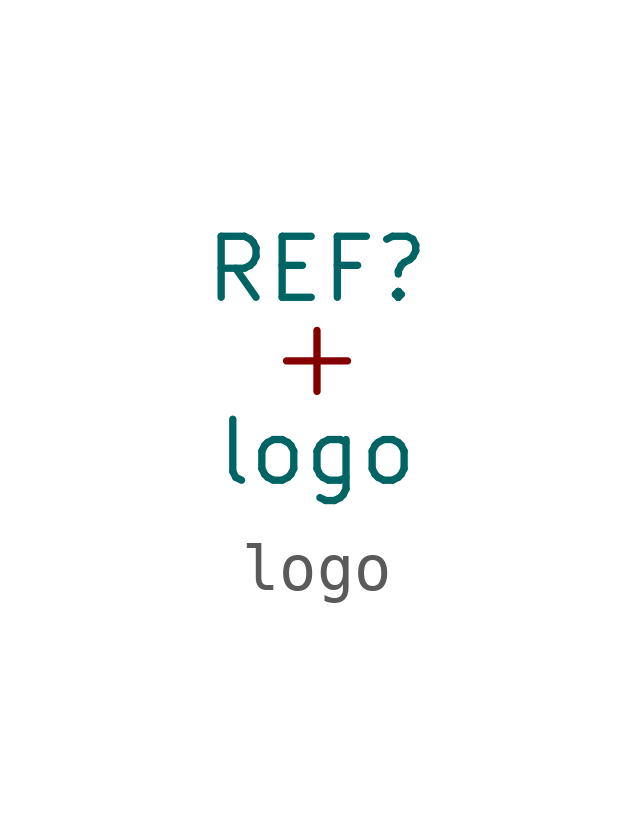
<source format=kicad_sym>
(kicad_symbol_lib
  (version 20211014)
  (generator kicad_symbol_editor)
  (symbol "logo"
    (pin_numbers hide)
    (pin_names
      (offset 0) hide)
    (property "Reference" "REF"
      (at 0 1.905 0)
      (effects (font (size 1.27 1.27))))
    (property "Value" "logo"
      (at 0 -1.905 0)
      (effects (font (size 1.27 1.27))))
    (symbol "logo_0_1"
      (polyline (pts (xy -0.635 0) (xy 0.635 0)) (stroke (width 0) (type default) (color 0 0 0 0)) (fill (type none)))
      (polyline (pts (xy 0 -0.635) (xy 0 0.635)) (stroke (width 0) (type default) (color 0 0 0 0)) (fill (type none))))))
</source>
